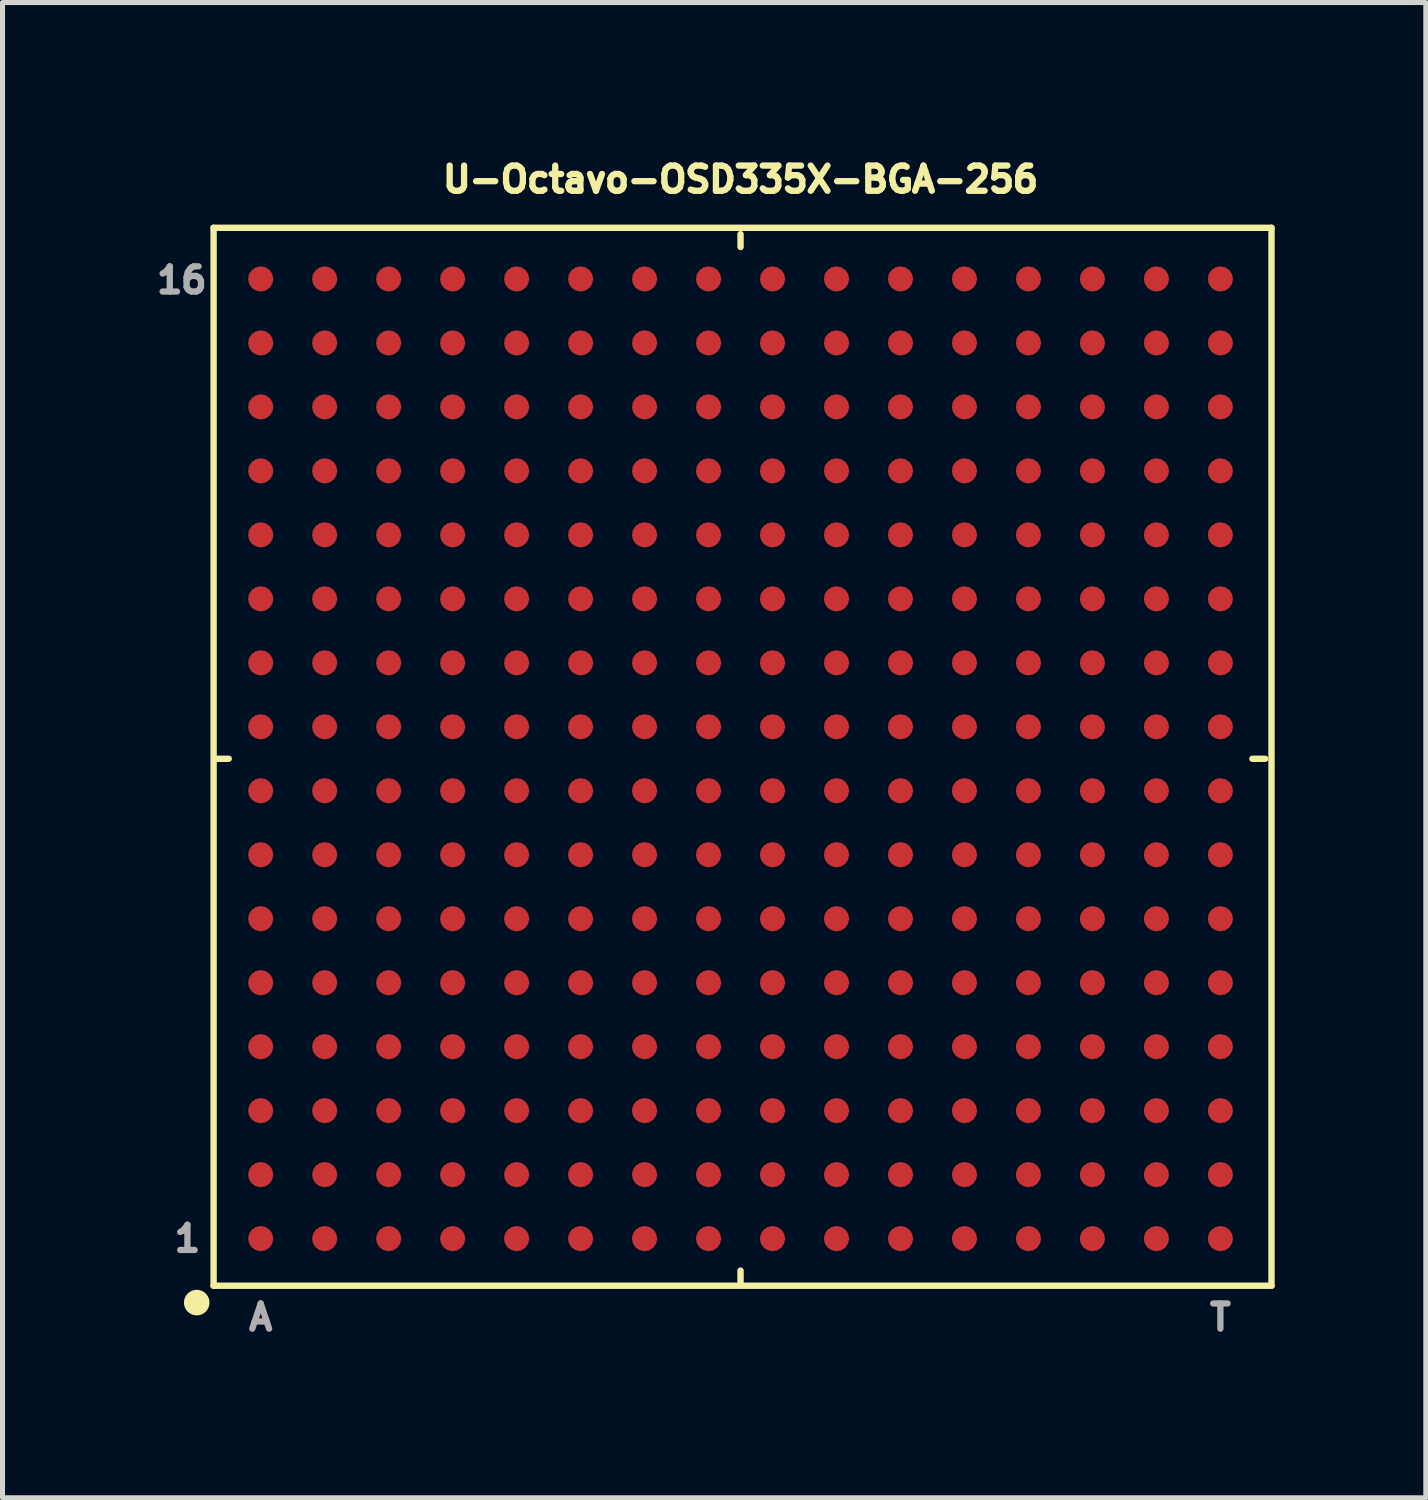
<source format=kicad_pcb>
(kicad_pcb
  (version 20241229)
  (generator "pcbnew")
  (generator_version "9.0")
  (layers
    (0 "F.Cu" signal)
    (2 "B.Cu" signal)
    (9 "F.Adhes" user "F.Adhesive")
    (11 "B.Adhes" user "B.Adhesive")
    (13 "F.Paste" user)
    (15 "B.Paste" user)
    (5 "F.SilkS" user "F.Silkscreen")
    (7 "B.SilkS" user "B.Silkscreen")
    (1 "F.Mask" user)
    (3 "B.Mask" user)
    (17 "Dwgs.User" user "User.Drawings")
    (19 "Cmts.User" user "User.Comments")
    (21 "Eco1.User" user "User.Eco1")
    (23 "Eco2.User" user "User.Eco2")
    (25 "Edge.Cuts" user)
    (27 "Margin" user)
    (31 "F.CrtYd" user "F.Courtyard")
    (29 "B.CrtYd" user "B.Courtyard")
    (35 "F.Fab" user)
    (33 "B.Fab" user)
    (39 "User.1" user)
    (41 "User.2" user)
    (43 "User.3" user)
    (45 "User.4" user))
  (footprint "U-Octavo-OSD335X-BGA-256"
    (layer "F.Cu")
    (at 11.65 12.012)
    (property "Reference" "U-Octavo-OSD335X-BGA-256" (at 0 -11.5 180) (layer "F.SilkS") (effects (font (size 0.5 0.5) (thickness 0.125) (bold yes))))
    (fp_line (start -10.46 -10.54) (end -10.46 10.46) (stroke (width 0.127) (type solid)) (layer "F.SilkS"))
    (fp_line (start -10.46 10.46) (end 10.54 10.46) (stroke (width 0.127) (type solid)) (layer "F.SilkS"))
    (fp_line (start -10.414 0) (end -10.16 0) (stroke (width 0.127) (type solid)) (layer "F.SilkS"))
    (fp_line (start 0 -10.414) (end 0 -10.16) (stroke (width 0.127) (type solid)) (layer "F.SilkS"))
    (fp_line (start 0 10.414) (end 0 10.16) (stroke (width 0.127) (type solid)) (layer "F.SilkS"))
    (fp_line (start 10.414 0) (end 10.16 0) (stroke (width 0.127) (type solid)) (layer "F.SilkS"))
    (fp_line (start 10.54 -10.54) (end -10.46 -10.54) (stroke (width 0.127) (type solid)) (layer "F.SilkS"))
    (fp_line (start 10.54 10.46) (end 10.54 -10.54) (stroke (width 0.127) (type solid)) (layer "F.SilkS"))
    (fp_circle (center -10.795 10.795) (end -10.668 10.795) (stroke (width 0.254) (type solid)) (fill no) (layer "F.SilkS"))
    (fp_text user "1" (at -11.3 9.525 180) (layer "F.Fab") (effects (font (size 0.5 0.5) (thickness 0.125) (bold yes)) (justify left)))
    (fp_text user "16" (at -11.65 -9.5 180) (layer "F.Fab") (effects (font (size 0.5 0.5) (thickness 0.125) (bold yes)) (justify left)))
    (fp_text user "A" (at -9.525 10.795 180) (layer "F.Fab") (effects (font (size 0.5 0.5) (thickness 0.125) (bold yes)) (justify top)))
    (fp_text user "T" (at 9.525 10.795 180) (layer "F.Fab") (effects (font (size 0.5 0.5) (thickness 0.125) (bold yes)) (justify top)))
    (pad "A1" smd roundrect (at -9.525 9.525) (size 0.5 0.5) (layers "F.Cu" "F.Mask" "F.Paste") (roundrect_rratio 0.5))
    (pad "A2" smd roundrect (at -9.525 8.255) (size 0.5 0.5) (layers "F.Cu" "F.Mask" "F.Paste") (roundrect_rratio 0.5))
    (pad "A3" smd roundrect (at -9.525 6.985) (size 0.5 0.5) (layers "F.Cu" "F.Mask" "F.Paste") (roundrect_rratio 0.5))
    (pad "A4" smd roundrect (at -9.525 5.715) (size 0.5 0.5) (layers "F.Cu" "F.Mask" "F.Paste") (roundrect_rratio 0.5))
    (pad "A5" smd roundrect (at -9.525 4.445) (size 0.5 0.5) (layers "F.Cu" "F.Mask" "F.Paste") (roundrect_rratio 0.5))
    (pad "A6" smd roundrect (at -9.525 3.175) (size 0.5 0.5) (layers "F.Cu" "F.Mask" "F.Paste") (roundrect_rratio 0.5))
    (pad "A7" smd roundrect (at -9.525 1.905) (size 0.5 0.5) (layers "F.Cu" "F.Mask" "F.Paste") (roundrect_rratio 0.5))
    (pad "A8" smd roundrect (at -9.525 0.635) (size 0.5 0.5) (layers "F.Cu" "F.Mask" "F.Paste") (roundrect_rratio 0.5))
    (pad "A9" smd roundrect (at -9.525 -0.635) (size 0.5 0.5) (layers "F.Cu" "F.Mask" "F.Paste") (roundrect_rratio 0.5))
    (pad "A10" smd roundrect (at -9.525 -1.905) (size 0.5 0.5) (layers "F.Cu" "F.Mask" "F.Paste") (roundrect_rratio 0.5))
    (pad "A11" smd roundrect (at -9.525 -3.175) (size 0.5 0.5) (layers "F.Cu" "F.Mask" "F.Paste") (roundrect_rratio 0.5))
    (pad "A12" smd roundrect (at -9.525 -4.445) (size 0.5 0.5) (layers "F.Cu" "F.Mask" "F.Paste") (roundrect_rratio 0.5))
    (pad "A13" smd roundrect (at -9.525 -5.715) (size 0.5 0.5) (layers "F.Cu" "F.Mask" "F.Paste") (roundrect_rratio 0.5))
    (pad "A14" smd roundrect (at -9.525 -6.985) (size 0.5 0.5) (layers "F.Cu" "F.Mask" "F.Paste") (roundrect_rratio 0.5))
    (pad "A15" smd roundrect (at -9.525 -8.255) (size 0.5 0.5) (layers "F.Cu" "F.Mask" "F.Paste") (roundrect_rratio 0.5))
    (pad "A16" smd roundrect (at -9.525 -9.525) (size 0.5 0.5) (layers "F.Cu" "F.Mask" "F.Paste") (roundrect_rratio 0.5))
    (pad "B1" smd roundrect (at -8.255 9.525) (size 0.5 0.5) (layers "F.Cu" "F.Mask" "F.Paste") (roundrect_rratio 0.5))
    (pad "B2" smd roundrect (at -8.255 8.255) (size 0.5 0.5) (layers "F.Cu" "F.Mask" "F.Paste") (roundrect_rratio 0.5))
    (pad "B3" smd roundrect (at -8.255 6.985) (size 0.5 0.5) (layers "F.Cu" "F.Mask" "F.Paste") (roundrect_rratio 0.5))
    (pad "B4" smd roundrect (at -8.255 5.715) (size 0.5 0.5) (layers "F.Cu" "F.Mask" "F.Paste") (roundrect_rratio 0.5))
    (pad "B5" smd roundrect (at -8.255 4.445) (size 0.5 0.5) (layers "F.Cu" "F.Mask" "F.Paste") (roundrect_rratio 0.5))
    (pad "B6" smd roundrect (at -8.255 3.175) (size 0.5 0.5) (layers "F.Cu" "F.Mask" "F.Paste") (roundrect_rratio 0.5))
    (pad "B7" smd roundrect (at -8.255 1.905) (size 0.5 0.5) (layers "F.Cu" "F.Mask" "F.Paste") (roundrect_rratio 0.5))
    (pad "B8" smd roundrect (at -8.255 0.635) (size 0.5 0.5) (layers "F.Cu" "F.Mask" "F.Paste") (roundrect_rratio 0.5))
    (pad "B9" smd roundrect (at -8.255 -0.635) (size 0.5 0.5) (layers "F.Cu" "F.Mask" "F.Paste") (roundrect_rratio 0.5))
    (pad "B10" smd roundrect (at -8.255 -1.905) (size 0.5 0.5) (layers "F.Cu" "F.Mask" "F.Paste") (roundrect_rratio 0.5))
    (pad "B11" smd roundrect (at -8.255 -3.175) (size 0.5 0.5) (layers "F.Cu" "F.Mask" "F.Paste") (roundrect_rratio 0.5))
    (pad "B12" smd roundrect (at -8.255 -4.445) (size 0.5 0.5) (layers "F.Cu" "F.Mask" "F.Paste") (roundrect_rratio 0.5))
    (pad "B13" smd roundrect (at -8.255 -5.715) (size 0.5 0.5) (layers "F.Cu" "F.Mask" "F.Paste") (roundrect_rratio 0.5))
    (pad "B14" smd roundrect (at -8.255 -6.985) (size 0.5 0.5) (layers "F.Cu" "F.Mask" "F.Paste") (roundrect_rratio 0.5))
    (pad "B15" smd roundrect (at -8.255 -8.255) (size 0.5 0.5) (layers "F.Cu" "F.Mask" "F.Paste") (roundrect_rratio 0.5))
    (pad "B16" smd roundrect (at -8.255 -9.525) (size 0.5 0.5) (layers "F.Cu" "F.Mask" "F.Paste") (roundrect_rratio 0.5))
    (pad "C1" smd roundrect (at -6.985 9.525) (size 0.5 0.5) (layers "F.Cu" "F.Mask" "F.Paste") (roundrect_rratio 0.5))
    (pad "C2" smd roundrect (at -6.985 8.255) (size 0.5 0.5) (layers "F.Cu" "F.Mask" "F.Paste") (roundrect_rratio 0.5))
    (pad "C3" smd roundrect (at -6.985 6.985) (size 0.5 0.5) (layers "F.Cu" "F.Mask" "F.Paste") (roundrect_rratio 0.5))
    (pad "C4" smd roundrect (at -6.985 5.715) (size 0.5 0.5) (layers "F.Cu" "F.Mask" "F.Paste") (roundrect_rratio 0.5))
    (pad "C5" smd roundrect (at -6.985 4.445) (size 0.5 0.5) (layers "F.Cu" "F.Mask" "F.Paste") (roundrect_rratio 0.5))
    (pad "C6" smd roundrect (at -6.985 3.175) (size 0.5 0.5) (layers "F.Cu" "F.Mask" "F.Paste") (roundrect_rratio 0.5))
    (pad "C7" smd roundrect (at -6.985 1.905) (size 0.5 0.5) (layers "F.Cu" "F.Mask" "F.Paste") (roundrect_rratio 0.5))
    (pad "C8" smd roundrect (at -6.985 0.635) (size 0.5 0.5) (layers "F.Cu" "F.Mask" "F.Paste") (roundrect_rratio 0.5))
    (pad "C9" smd roundrect (at -6.985 -0.635) (size 0.5 0.5) (layers "F.Cu" "F.Mask" "F.Paste") (roundrect_rratio 0.5))
    (pad "C10" smd roundrect (at -6.985 -1.905) (size 0.5 0.5) (layers "F.Cu" "F.Mask" "F.Paste") (roundrect_rratio 0.5))
    (pad "C11" smd roundrect (at -6.985 -3.175) (size 0.5 0.5) (layers "F.Cu" "F.Mask" "F.Paste") (roundrect_rratio 0.5))
    (pad "C12" smd roundrect (at -6.985 -4.445) (size 0.5 0.5) (layers "F.Cu" "F.Mask" "F.Paste") (roundrect_rratio 0.5))
    (pad "C13" smd roundrect (at -6.985 -5.715) (size 0.5 0.5) (layers "F.Cu" "F.Mask" "F.Paste") (roundrect_rratio 0.5))
    (pad "C14" smd roundrect (at -6.985 -6.985) (size 0.5 0.5) (layers "F.Cu" "F.Mask" "F.Paste") (roundrect_rratio 0.5))
    (pad "C15" smd roundrect (at -6.985 -8.255) (size 0.5 0.5) (layers "F.Cu" "F.Mask" "F.Paste") (roundrect_rratio 0.5))
    (pad "C16" smd roundrect (at -6.985 -9.525) (size 0.5 0.5) (layers "F.Cu" "F.Mask" "F.Paste") (roundrect_rratio 0.5))
    (pad "D1" smd roundrect (at -5.715 9.525) (size 0.5 0.5) (layers "F.Cu" "F.Mask" "F.Paste") (roundrect_rratio 0.5))
    (pad "D2" smd roundrect (at -5.715 8.255) (size 0.5 0.5) (layers "F.Cu" "F.Mask" "F.Paste") (roundrect_rratio 0.5))
    (pad "D3" smd roundrect (at -5.715 6.985) (size 0.5 0.5) (layers "F.Cu" "F.Mask" "F.Paste") (roundrect_rratio 0.5))
    (pad "D4" smd roundrect (at -5.715 5.715) (size 0.5 0.5) (layers "F.Cu" "F.Mask" "F.Paste") (roundrect_rratio 0.5))
    (pad "D5" smd roundrect (at -5.715 4.445) (size 0.5 0.5) (layers "F.Cu" "F.Mask" "F.Paste") (roundrect_rratio 0.5))
    (pad "D6" smd roundrect (at -5.715 3.175) (size 0.5 0.5) (layers "F.Cu" "F.Mask" "F.Paste") (roundrect_rratio 0.5))
    (pad "D7" smd roundrect (at -5.715 1.905) (size 0.5 0.5) (layers "F.Cu" "F.Mask" "F.Paste") (roundrect_rratio 0.5))
    (pad "D8" smd roundrect (at -5.715 0.635) (size 0.5 0.5) (layers "F.Cu" "F.Mask" "F.Paste") (roundrect_rratio 0.5))
    (pad "D9" smd roundrect (at -5.715 -0.635) (size 0.5 0.5) (layers "F.Cu" "F.Mask" "F.Paste") (roundrect_rratio 0.5))
    (pad "D10" smd roundrect (at -5.715 -1.905) (size 0.5 0.5) (layers "F.Cu" "F.Mask" "F.Paste") (roundrect_rratio 0.5))
    (pad "D11" smd roundrect (at -5.715 -3.175) (size 0.5 0.5) (layers "F.Cu" "F.Mask" "F.Paste") (roundrect_rratio 0.5))
    (pad "D12" smd roundrect (at -5.715 -4.445) (size 0.5 0.5) (layers "F.Cu" "F.Mask" "F.Paste") (roundrect_rratio 0.5))
    (pad "D13" smd roundrect (at -5.715 -5.715) (size 0.5 0.5) (layers "F.Cu" "F.Mask" "F.Paste") (roundrect_rratio 0.5))
    (pad "D14" smd roundrect (at -5.715 -6.985) (size 0.5 0.5) (layers "F.Cu" "F.Mask" "F.Paste") (roundrect_rratio 0.5))
    (pad "D15" smd roundrect (at -5.715 -8.255) (size 0.5 0.5) (layers "F.Cu" "F.Mask" "F.Paste") (roundrect_rratio 0.5))
    (pad "D16" smd roundrect (at -5.715 -9.525) (size 0.5 0.5) (layers "F.Cu" "F.Mask" "F.Paste") (roundrect_rratio 0.5))
    (pad "E1" smd roundrect (at -4.445 9.525) (size 0.5 0.5) (layers "F.Cu" "F.Mask" "F.Paste") (roundrect_rratio 0.5))
    (pad "E2" smd roundrect (at -4.445 8.255) (size 0.5 0.5) (layers "F.Cu" "F.Mask" "F.Paste") (roundrect_rratio 0.5))
    (pad "E3" smd roundrect (at -4.445 6.985) (size 0.5 0.5) (layers "F.Cu" "F.Mask" "F.Paste") (roundrect_rratio 0.5))
    (pad "E4" smd roundrect (at -4.445 5.715) (size 0.5 0.5) (layers "F.Cu" "F.Mask" "F.Paste") (roundrect_rratio 0.5))
    (pad "E5" smd roundrect (at -4.445 4.445) (size 0.5 0.5) (layers "F.Cu" "F.Mask" "F.Paste") (roundrect_rratio 0.5))
    (pad "E6" smd roundrect (at -4.445 3.175) (size 0.5 0.5) (layers "F.Cu" "F.Mask" "F.Paste") (roundrect_rratio 0.5))
    (pad "E7" smd roundrect (at -4.445 1.905) (size 0.5 0.5) (layers "F.Cu" "F.Mask" "F.Paste") (roundrect_rratio 0.5))
    (pad "E8" smd roundrect (at -4.445 0.635) (size 0.5 0.5) (layers "F.Cu" "F.Mask" "F.Paste") (roundrect_rratio 0.5))
    (pad "E9" smd roundrect (at -4.445 -0.635) (size 0.5 0.5) (layers "F.Cu" "F.Mask" "F.Paste") (roundrect_rratio 0.5))
    (pad "E10" smd roundrect (at -4.445 -1.905) (size 0.5 0.5) (layers "F.Cu" "F.Mask" "F.Paste") (roundrect_rratio 0.5))
    (pad "E11" smd roundrect (at -4.445 -3.175) (size 0.5 0.5) (layers "F.Cu" "F.Mask" "F.Paste") (roundrect_rratio 0.5))
    (pad "E12" smd roundrect (at -4.445 -4.445) (size 0.5 0.5) (layers "F.Cu" "F.Mask" "F.Paste") (roundrect_rratio 0.5))
    (pad "E13" smd roundrect (at -4.445 -5.715) (size 0.5 0.5) (layers "F.Cu" "F.Mask" "F.Paste") (roundrect_rratio 0.5))
    (pad "E14" smd roundrect (at -4.445 -6.985) (size 0.5 0.5) (layers "F.Cu" "F.Mask" "F.Paste") (roundrect_rratio 0.5))
    (pad "E15" smd roundrect (at -4.445 -8.255) (size 0.5 0.5) (layers "F.Cu" "F.Mask" "F.Paste") (roundrect_rratio 0.5))
    (pad "E16" smd roundrect (at -4.445 -9.525) (size 0.5 0.5) (layers "F.Cu" "F.Mask" "F.Paste") (roundrect_rratio 0.5))
    (pad "F1" smd roundrect (at -3.175 9.525) (size 0.5 0.5) (layers "F.Cu" "F.Mask" "F.Paste") (roundrect_rratio 0.5))
    (pad "F2" smd roundrect (at -3.175 8.255) (size 0.5 0.5) (layers "F.Cu" "F.Mask" "F.Paste") (roundrect_rratio 0.5))
    (pad "F3" smd roundrect (at -3.175 6.985) (size 0.5 0.5) (layers "F.Cu" "F.Mask" "F.Paste") (roundrect_rratio 0.5))
    (pad "F4" smd roundrect (at -3.175 5.715) (size 0.5 0.5) (layers "F.Cu" "F.Mask" "F.Paste") (roundrect_rratio 0.5))
    (pad "F5" smd roundrect (at -3.175 4.445) (size 0.5 0.5) (layers "F.Cu" "F.Mask" "F.Paste") (roundrect_rratio 0.5))
    (pad "F6" smd roundrect (at -3.175 3.175) (size 0.5 0.5) (layers "F.Cu" "F.Mask" "F.Paste") (roundrect_rratio 0.5))
    (pad "F7" smd roundrect (at -3.175 1.905) (size 0.5 0.5) (layers "F.Cu" "F.Mask" "F.Paste") (roundrect_rratio 0.5))
    (pad "F8" smd roundrect (at -3.175 0.635) (size 0.5 0.5) (layers "F.Cu" "F.Mask" "F.Paste") (roundrect_rratio 0.5))
    (pad "F9" smd roundrect (at -3.175 -0.635) (size 0.5 0.5) (layers "F.Cu" "F.Mask" "F.Paste") (roundrect_rratio 0.5))
    (pad "F10" smd roundrect (at -3.175 -1.905) (size 0.5 0.5) (layers "F.Cu" "F.Mask" "F.Paste") (roundrect_rratio 0.5))
    (pad "F11" smd roundrect (at -3.175 -3.175) (size 0.5 0.5) (layers "F.Cu" "F.Mask" "F.Paste") (roundrect_rratio 0.5))
    (pad "F12" smd roundrect (at -3.175 -4.445) (size 0.5 0.5) (layers "F.Cu" "F.Mask" "F.Paste") (roundrect_rratio 0.5))
    (pad "F13" smd roundrect (at -3.175 -5.715) (size 0.5 0.5) (layers "F.Cu" "F.Mask" "F.Paste") (roundrect_rratio 0.5))
    (pad "F14" smd roundrect (at -3.175 -6.985) (size 0.5 0.5) (layers "F.Cu" "F.Mask" "F.Paste") (roundrect_rratio 0.5))
    (pad "F15" smd roundrect (at -3.175 -8.255) (size 0.5 0.5) (layers "F.Cu" "F.Mask" "F.Paste") (roundrect_rratio 0.5))
    (pad "F16" smd roundrect (at -3.175 -9.525) (size 0.5 0.5) (layers "F.Cu" "F.Mask" "F.Paste") (roundrect_rratio 0.5))
    (pad "G1" smd roundrect (at -1.905 9.525) (size 0.5 0.5) (layers "F.Cu" "F.Mask" "F.Paste") (roundrect_rratio 0.5))
    (pad "G2" smd roundrect (at -1.905 8.255) (size 0.5 0.5) (layers "F.Cu" "F.Mask" "F.Paste") (roundrect_rratio 0.5))
    (pad "G3" smd roundrect (at -1.905 6.985) (size 0.5 0.5) (layers "F.Cu" "F.Mask" "F.Paste") (roundrect_rratio 0.5))
    (pad "G4" smd roundrect (at -1.905 5.715) (size 0.5 0.5) (layers "F.Cu" "F.Mask" "F.Paste") (roundrect_rratio 0.5))
    (pad "G5" smd roundrect (at -1.905 4.445) (size 0.5 0.5) (layers "F.Cu" "F.Mask" "F.Paste") (roundrect_rratio 0.5))
    (pad "G6" smd roundrect (at -1.905 3.175) (size 0.5 0.5) (layers "F.Cu" "F.Mask" "F.Paste") (roundrect_rratio 0.5))
    (pad "G7" smd roundrect (at -1.905 1.905) (size 0.5 0.5) (layers "F.Cu" "F.Mask" "F.Paste") (roundrect_rratio 0.5))
    (pad "G8" smd roundrect (at -1.905 0.635) (size 0.5 0.5) (layers "F.Cu" "F.Mask" "F.Paste") (roundrect_rratio 0.5))
    (pad "G9" smd roundrect (at -1.905 -0.635) (size 0.5 0.5) (layers "F.Cu" "F.Mask" "F.Paste") (roundrect_rratio 0.5))
    (pad "G10" smd roundrect (at -1.905 -1.905) (size 0.5 0.5) (layers "F.Cu" "F.Mask" "F.Paste") (roundrect_rratio 0.5))
    (pad "G11" smd roundrect (at -1.905 -3.175) (size 0.5 0.5) (layers "F.Cu" "F.Mask" "F.Paste") (roundrect_rratio 0.5))
    (pad "G12" smd roundrect (at -1.905 -4.445) (size 0.5 0.5) (layers "F.Cu" "F.Mask" "F.Paste") (roundrect_rratio 0.5))
    (pad "G13" smd roundrect (at -1.905 -5.715) (size 0.5 0.5) (layers "F.Cu" "F.Mask" "F.Paste") (roundrect_rratio 0.5))
    (pad "G14" smd roundrect (at -1.905 -6.985) (size 0.5 0.5) (layers "F.Cu" "F.Mask" "F.Paste") (roundrect_rratio 0.5))
    (pad "G15" smd roundrect (at -1.905 -8.255) (size 0.5 0.5) (layers "F.Cu" "F.Mask" "F.Paste") (roundrect_rratio 0.5))
    (pad "G16" smd roundrect (at -1.905 -9.525) (size 0.5 0.5) (layers "F.Cu" "F.Mask" "F.Paste") (roundrect_rratio 0.5))
    (pad "H1" smd roundrect (at -0.635 9.525) (size 0.5 0.5) (layers "F.Cu" "F.Mask" "F.Paste") (roundrect_rratio 0.5))
    (pad "H2" smd roundrect (at -0.635 8.255) (size 0.5 0.5) (layers "F.Cu" "F.Mask" "F.Paste") (roundrect_rratio 0.5))
    (pad "H3" smd roundrect (at -0.635 6.985) (size 0.5 0.5) (layers "F.Cu" "F.Mask" "F.Paste") (roundrect_rratio 0.5))
    (pad "H4" smd roundrect (at -0.635 5.715) (size 0.5 0.5) (layers "F.Cu" "F.Mask" "F.Paste") (roundrect_rratio 0.5))
    (pad "H5" smd roundrect (at -0.635 4.445) (size 0.5 0.5) (layers "F.Cu" "F.Mask" "F.Paste") (roundrect_rratio 0.5))
    (pad "H6" smd roundrect (at -0.635 3.175) (size 0.5 0.5) (layers "F.Cu" "F.Mask" "F.Paste") (roundrect_rratio 0.5))
    (pad "H7" smd roundrect (at -0.635 1.905) (size 0.5 0.5) (layers "F.Cu" "F.Mask" "F.Paste") (roundrect_rratio 0.5))
    (pad "H8" smd roundrect (at -0.635 0.635) (size 0.5 0.5) (layers "F.Cu" "F.Mask" "F.Paste") (roundrect_rratio 0.5))
    (pad "H9" smd roundrect (at -0.635 -0.635) (size 0.5 0.5) (layers "F.Cu" "F.Mask" "F.Paste") (roundrect_rratio 0.5))
    (pad "H10" smd roundrect (at -0.635 -1.905) (size 0.5 0.5) (layers "F.Cu" "F.Mask" "F.Paste") (roundrect_rratio 0.5))
    (pad "H11" smd roundrect (at -0.635 -3.175) (size 0.5 0.5) (layers "F.Cu" "F.Mask" "F.Paste") (roundrect_rratio 0.5))
    (pad "H12" smd roundrect (at -0.635 -4.445) (size 0.5 0.5) (layers "F.Cu" "F.Mask" "F.Paste") (roundrect_rratio 0.5))
    (pad "H13" smd roundrect (at -0.635 -5.715) (size 0.5 0.5) (layers "F.Cu" "F.Mask" "F.Paste") (roundrect_rratio 0.5))
    (pad "H14" smd roundrect (at -0.635 -6.985) (size 0.5 0.5) (layers "F.Cu" "F.Mask" "F.Paste") (roundrect_rratio 0.5))
    (pad "H15" smd roundrect (at -0.635 -8.255) (size 0.5 0.5) (layers "F.Cu" "F.Mask" "F.Paste") (roundrect_rratio 0.5))
    (pad "H16" smd roundrect (at -0.635 -9.525) (size 0.5 0.5) (layers "F.Cu" "F.Mask" "F.Paste") (roundrect_rratio 0.5))
    (pad "J1" smd roundrect (at 0.635 9.525) (size 0.5 0.5) (layers "F.Cu" "F.Mask" "F.Paste") (roundrect_rratio 0.5))
    (pad "J2" smd roundrect (at 0.635 8.255) (size 0.5 0.5) (layers "F.Cu" "F.Mask" "F.Paste") (roundrect_rratio 0.5))
    (pad "J3" smd roundrect (at 0.635 6.985) (size 0.5 0.5) (layers "F.Cu" "F.Mask" "F.Paste") (roundrect_rratio 0.5))
    (pad "J4" smd roundrect (at 0.635 5.715) (size 0.5 0.5) (layers "F.Cu" "F.Mask" "F.Paste") (roundrect_rratio 0.5))
    (pad "J5" smd roundrect (at 0.635 4.445) (size 0.5 0.5) (layers "F.Cu" "F.Mask" "F.Paste") (roundrect_rratio 0.5))
    (pad "J6" smd roundrect (at 0.635 3.175) (size 0.5 0.5) (layers "F.Cu" "F.Mask" "F.Paste") (roundrect_rratio 0.5))
    (pad "J7" smd roundrect (at 0.635 1.905) (size 0.5 0.5) (layers "F.Cu" "F.Mask" "F.Paste") (roundrect_rratio 0.5))
    (pad "J8" smd roundrect (at 0.635 0.635) (size 0.5 0.5) (layers "F.Cu" "F.Mask" "F.Paste") (roundrect_rratio 0.5))
    (pad "J9" smd roundrect (at 0.635 -0.635) (size 0.5 0.5) (layers "F.Cu" "F.Mask" "F.Paste") (roundrect_rratio 0.5))
    (pad "J10" smd roundrect (at 0.635 -1.905) (size 0.5 0.5) (layers "F.Cu" "F.Mask" "F.Paste") (roundrect_rratio 0.5))
    (pad "J11" smd roundrect (at 0.635 -3.175) (size 0.5 0.5) (layers "F.Cu" "F.Mask" "F.Paste") (roundrect_rratio 0.5))
    (pad "J12" smd roundrect (at 0.635 -4.445) (size 0.5 0.5) (layers "F.Cu" "F.Mask" "F.Paste") (roundrect_rratio 0.5))
    (pad "J13" smd roundrect (at 0.635 -5.715) (size 0.5 0.5) (layers "F.Cu" "F.Mask" "F.Paste") (roundrect_rratio 0.5))
    (pad "J14" smd roundrect (at 0.635 -6.985) (size 0.5 0.5) (layers "F.Cu" "F.Mask" "F.Paste") (roundrect_rratio 0.5))
    (pad "J15" smd roundrect (at 0.635 -8.255) (size 0.5 0.5) (layers "F.Cu" "F.Mask" "F.Paste") (roundrect_rratio 0.5))
    (pad "J16" smd roundrect (at 0.635 -9.525) (size 0.5 0.5) (layers "F.Cu" "F.Mask" "F.Paste") (roundrect_rratio 0.5))
    (pad "K1" smd roundrect (at 1.905 9.525) (size 0.5 0.5) (layers "F.Cu" "F.Mask" "F.Paste") (roundrect_rratio 0.5))
    (pad "K2" smd roundrect (at 1.905 8.255) (size 0.5 0.5) (layers "F.Cu" "F.Mask" "F.Paste") (roundrect_rratio 0.5))
    (pad "K3" smd roundrect (at 1.905 6.985) (size 0.5 0.5) (layers "F.Cu" "F.Mask" "F.Paste") (roundrect_rratio 0.5))
    (pad "K4" smd roundrect (at 1.905 5.715) (size 0.5 0.5) (layers "F.Cu" "F.Mask" "F.Paste") (roundrect_rratio 0.5))
    (pad "K5" smd roundrect (at 1.905 4.445) (size 0.5 0.5) (layers "F.Cu" "F.Mask" "F.Paste") (roundrect_rratio 0.5))
    (pad "K6" smd roundrect (at 1.905 3.175) (size 0.5 0.5) (layers "F.Cu" "F.Mask" "F.Paste") (roundrect_rratio 0.5))
    (pad "K7" smd roundrect (at 1.905 1.905) (size 0.5 0.5) (layers "F.Cu" "F.Mask" "F.Paste") (roundrect_rratio 0.5))
    (pad "K8" smd roundrect (at 1.905 0.635) (size 0.5 0.5) (layers "F.Cu" "F.Mask" "F.Paste") (roundrect_rratio 0.5))
    (pad "K9" smd roundrect (at 1.905 -0.635) (size 0.5 0.5) (layers "F.Cu" "F.Mask" "F.Paste") (roundrect_rratio 0.5))
    (pad "K10" smd roundrect (at 1.905 -1.905) (size 0.5 0.5) (layers "F.Cu" "F.Mask" "F.Paste") (roundrect_rratio 0.5))
    (pad "K11" smd roundrect (at 1.905 -3.175) (size 0.5 0.5) (layers "F.Cu" "F.Mask" "F.Paste") (roundrect_rratio 0.5))
    (pad "K12" smd roundrect (at 1.905 -4.445) (size 0.5 0.5) (layers "F.Cu" "F.Mask" "F.Paste") (roundrect_rratio 0.5))
    (pad "K13" smd roundrect (at 1.905 -5.715) (size 0.5 0.5) (layers "F.Cu" "F.Mask" "F.Paste") (roundrect_rratio 0.5))
    (pad "K14" smd roundrect (at 1.905 -6.985) (size 0.5 0.5) (layers "F.Cu" "F.Mask" "F.Paste") (roundrect_rratio 0.5))
    (pad "K15" smd roundrect (at 1.905 -8.255) (size 0.5 0.5) (layers "F.Cu" "F.Mask" "F.Paste") (roundrect_rratio 0.5))
    (pad "K16" smd roundrect (at 1.905 -9.525) (size 0.5 0.5) (layers "F.Cu" "F.Mask" "F.Paste") (roundrect_rratio 0.5))
    (pad "L1" smd roundrect (at 3.175 9.525) (size 0.5 0.5) (layers "F.Cu" "F.Mask" "F.Paste") (roundrect_rratio 0.5))
    (pad "L2" smd roundrect (at 3.175 8.255) (size 0.5 0.5) (layers "F.Cu" "F.Mask" "F.Paste") (roundrect_rratio 0.5))
    (pad "L3" smd roundrect (at 3.175 6.985) (size 0.5 0.5) (layers "F.Cu" "F.Mask" "F.Paste") (roundrect_rratio 0.5))
    (pad "L4" smd roundrect (at 3.175 5.715) (size 0.5 0.5) (layers "F.Cu" "F.Mask" "F.Paste") (roundrect_rratio 0.5))
    (pad "L5" smd roundrect (at 3.175 4.445) (size 0.5 0.5) (layers "F.Cu" "F.Mask" "F.Paste") (roundrect_rratio 0.5))
    (pad "L6" smd roundrect (at 3.175 3.175) (size 0.5 0.5) (layers "F.Cu" "F.Mask" "F.Paste") (roundrect_rratio 0.5))
    (pad "L7" smd roundrect (at 3.175 1.905) (size 0.5 0.5) (layers "F.Cu" "F.Mask" "F.Paste") (roundrect_rratio 0.5))
    (pad "L8" smd roundrect (at 3.175 0.635) (size 0.5 0.5) (layers "F.Cu" "F.Mask" "F.Paste") (roundrect_rratio 0.5))
    (pad "L9" smd roundrect (at 3.175 -0.635) (size 0.5 0.5) (layers "F.Cu" "F.Mask" "F.Paste") (roundrect_rratio 0.5))
    (pad "L10" smd roundrect (at 3.175 -1.905) (size 0.5 0.5) (layers "F.Cu" "F.Mask" "F.Paste") (roundrect_rratio 0.5))
    (pad "L11" smd roundrect (at 3.175 -3.175) (size 0.5 0.5) (layers "F.Cu" "F.Mask" "F.Paste") (roundrect_rratio 0.5))
    (pad "L12" smd roundrect (at 3.175 -4.445) (size 0.5 0.5) (layers "F.Cu" "F.Mask" "F.Paste") (roundrect_rratio 0.5))
    (pad "L13" smd roundrect (at 3.175 -5.715) (size 0.5 0.5) (layers "F.Cu" "F.Mask" "F.Paste") (roundrect_rratio 0.5))
    (pad "L14" smd roundrect (at 3.175 -6.985) (size 0.5 0.5) (layers "F.Cu" "F.Mask" "F.Paste") (roundrect_rratio 0.5))
    (pad "L15" smd roundrect (at 3.175 -8.255) (size 0.5 0.5) (layers "F.Cu" "F.Mask" "F.Paste") (roundrect_rratio 0.5))
    (pad "L16" smd roundrect (at 3.175 -9.525) (size 0.5 0.5) (layers "F.Cu" "F.Mask" "F.Paste") (roundrect_rratio 0.5))
    (pad "M1" smd roundrect (at 4.445 9.525) (size 0.5 0.5) (layers "F.Cu" "F.Mask" "F.Paste") (roundrect_rratio 0.5))
    (pad "M2" smd roundrect (at 4.445 8.255) (size 0.5 0.5) (layers "F.Cu" "F.Mask" "F.Paste") (roundrect_rratio 0.5))
    (pad "M3" smd roundrect (at 4.445 6.985) (size 0.5 0.5) (layers "F.Cu" "F.Mask" "F.Paste") (roundrect_rratio 0.5))
    (pad "M4" smd roundrect (at 4.445 5.715) (size 0.5 0.5) (layers "F.Cu" "F.Mask" "F.Paste") (roundrect_rratio 0.5))
    (pad "M5" smd roundrect (at 4.445 4.445) (size 0.5 0.5) (layers "F.Cu" "F.Mask" "F.Paste") (roundrect_rratio 0.5))
    (pad "M6" smd roundrect (at 4.445 3.175) (size 0.5 0.5) (layers "F.Cu" "F.Mask" "F.Paste") (roundrect_rratio 0.5))
    (pad "M7" smd roundrect (at 4.445 1.905) (size 0.5 0.5) (layers "F.Cu" "F.Mask" "F.Paste") (roundrect_rratio 0.5))
    (pad "M8" smd roundrect (at 4.445 0.635) (size 0.5 0.5) (layers "F.Cu" "F.Mask" "F.Paste") (roundrect_rratio 0.5))
    (pad "M9" smd roundrect (at 4.445 -0.635) (size 0.5 0.5) (layers "F.Cu" "F.Mask" "F.Paste") (roundrect_rratio 0.5))
    (pad "M10" smd roundrect (at 4.445 -1.905) (size 0.5 0.5) (layers "F.Cu" "F.Mask" "F.Paste") (roundrect_rratio 0.5))
    (pad "M11" smd roundrect (at 4.445 -3.175) (size 0.5 0.5) (layers "F.Cu" "F.Mask" "F.Paste") (roundrect_rratio 0.5))
    (pad "M12" smd roundrect (at 4.445 -4.445) (size 0.5 0.5) (layers "F.Cu" "F.Mask" "F.Paste") (roundrect_rratio 0.5))
    (pad "M13" smd roundrect (at 4.445 -5.715) (size 0.5 0.5) (layers "F.Cu" "F.Mask" "F.Paste") (roundrect_rratio 0.5))
    (pad "M14" smd roundrect (at 4.445 -6.985) (size 0.5 0.5) (layers "F.Cu" "F.Mask" "F.Paste") (roundrect_rratio 0.5))
    (pad "M15" smd roundrect (at 4.445 -8.255) (size 0.5 0.5) (layers "F.Cu" "F.Mask" "F.Paste") (roundrect_rratio 0.5))
    (pad "M16" smd roundrect (at 4.445 -9.525) (size 0.5 0.5) (layers "F.Cu" "F.Mask" "F.Paste") (roundrect_rratio 0.5))
    (pad "N1" smd roundrect (at 5.715 9.525) (size 0.5 0.5) (layers "F.Cu" "F.Mask" "F.Paste") (roundrect_rratio 0.5))
    (pad "N2" smd roundrect (at 5.715 8.255) (size 0.5 0.5) (layers "F.Cu" "F.Mask" "F.Paste") (roundrect_rratio 0.5))
    (pad "N3" smd roundrect (at 5.715 6.985) (size 0.5 0.5) (layers "F.Cu" "F.Mask" "F.Paste") (roundrect_rratio 0.5))
    (pad "N4" smd roundrect (at 5.715 5.715) (size 0.5 0.5) (layers "F.Cu" "F.Mask" "F.Paste") (roundrect_rratio 0.5))
    (pad "N5" smd roundrect (at 5.715 4.445) (size 0.5 0.5) (layers "F.Cu" "F.Mask" "F.Paste") (roundrect_rratio 0.5))
    (pad "N6" smd roundrect (at 5.715 3.175) (size 0.5 0.5) (layers "F.Cu" "F.Mask" "F.Paste") (roundrect_rratio 0.5))
    (pad "N7" smd roundrect (at 5.715 1.905) (size 0.5 0.5) (layers "F.Cu" "F.Mask" "F.Paste") (roundrect_rratio 0.5))
    (pad "N8" smd roundrect (at 5.715 0.635) (size 0.5 0.5) (layers "F.Cu" "F.Mask" "F.Paste") (roundrect_rratio 0.5))
    (pad "N9" smd roundrect (at 5.715 -0.635) (size 0.5 0.5) (layers "F.Cu" "F.Mask" "F.Paste") (roundrect_rratio 0.5))
    (pad "N10" smd roundrect (at 5.715 -1.905) (size 0.5 0.5) (layers "F.Cu" "F.Mask" "F.Paste") (roundrect_rratio 0.5))
    (pad "N11" smd roundrect (at 5.715 -3.175) (size 0.5 0.5) (layers "F.Cu" "F.Mask" "F.Paste") (roundrect_rratio 0.5))
    (pad "N12" smd roundrect (at 5.715 -4.445) (size 0.5 0.5) (layers "F.Cu" "F.Mask" "F.Paste") (roundrect_rratio 0.5))
    (pad "N13" smd roundrect (at 5.715 -5.715) (size 0.5 0.5) (layers "F.Cu" "F.Mask" "F.Paste") (roundrect_rratio 0.5))
    (pad "N14" smd roundrect (at 5.715 -6.985) (size 0.5 0.5) (layers "F.Cu" "F.Mask" "F.Paste") (roundrect_rratio 0.5))
    (pad "N15" smd roundrect (at 5.715 -8.255) (size 0.5 0.5) (layers "F.Cu" "F.Mask" "F.Paste") (roundrect_rratio 0.5))
    (pad "N16" smd roundrect (at 5.715 -9.525) (size 0.5 0.5) (layers "F.Cu" "F.Mask" "F.Paste") (roundrect_rratio 0.5))
    (pad "P1" smd roundrect (at 6.985 9.525) (size 0.5 0.5) (layers "F.Cu" "F.Mask" "F.Paste") (roundrect_rratio 0.5))
    (pad "P2" smd roundrect (at 6.985 8.255) (size 0.5 0.5) (layers "F.Cu" "F.Mask" "F.Paste") (roundrect_rratio 0.5))
    (pad "P3" smd roundrect (at 6.985 6.985) (size 0.5 0.5) (layers "F.Cu" "F.Mask" "F.Paste") (roundrect_rratio 0.5))
    (pad "P4" smd roundrect (at 6.985 5.715) (size 0.5 0.5) (layers "F.Cu" "F.Mask" "F.Paste") (roundrect_rratio 0.5))
    (pad "P5" smd roundrect (at 6.985 4.445) (size 0.5 0.5) (layers "F.Cu" "F.Mask" "F.Paste") (roundrect_rratio 0.5))
    (pad "P6" smd roundrect (at 6.985 3.175) (size 0.5 0.5) (layers "F.Cu" "F.Mask" "F.Paste") (roundrect_rratio 0.5))
    (pad "P7" smd roundrect (at 6.985 1.905) (size 0.5 0.5) (layers "F.Cu" "F.Mask" "F.Paste") (roundrect_rratio 0.5))
    (pad "P8" smd roundrect (at 6.985 0.635) (size 0.5 0.5) (layers "F.Cu" "F.Mask" "F.Paste") (roundrect_rratio 0.5))
    (pad "P9" smd roundrect (at 6.985 -0.635) (size 0.5 0.5) (layers "F.Cu" "F.Mask" "F.Paste") (roundrect_rratio 0.5))
    (pad "P10" smd roundrect (at 6.985 -1.905) (size 0.5 0.5) (layers "F.Cu" "F.Mask" "F.Paste") (roundrect_rratio 0.5))
    (pad "P11" smd roundrect (at 6.985 -3.175) (size 0.5 0.5) (layers "F.Cu" "F.Mask" "F.Paste") (roundrect_rratio 0.5))
    (pad "P12" smd roundrect (at 6.985 -4.445) (size 0.5 0.5) (layers "F.Cu" "F.Mask" "F.Paste") (roundrect_rratio 0.5))
    (pad "P13" smd roundrect (at 6.985 -5.715) (size 0.5 0.5) (layers "F.Cu" "F.Mask" "F.Paste") (roundrect_rratio 0.5))
    (pad "P14" smd roundrect (at 6.985 -6.985) (size 0.5 0.5) (layers "F.Cu" "F.Mask" "F.Paste") (roundrect_rratio 0.5))
    (pad "P15" smd roundrect (at 6.985 -8.255) (size 0.5 0.5) (layers "F.Cu" "F.Mask" "F.Paste") (roundrect_rratio 0.5))
    (pad "P16" smd roundrect (at 6.985 -9.525) (size 0.5 0.5) (layers "F.Cu" "F.Mask" "F.Paste") (roundrect_rratio 0.5))
    (pad "R1" smd roundrect (at 8.255 9.525) (size 0.5 0.5) (layers "F.Cu" "F.Mask" "F.Paste") (roundrect_rratio 0.5))
    (pad "R2" smd roundrect (at 8.255 8.255) (size 0.5 0.5) (layers "F.Cu" "F.Mask" "F.Paste") (roundrect_rratio 0.5))
    (pad "R3" smd roundrect (at 8.255 6.985) (size 0.5 0.5) (layers "F.Cu" "F.Mask" "F.Paste") (roundrect_rratio 0.5))
    (pad "R4" smd roundrect (at 8.255 5.715) (size 0.5 0.5) (layers "F.Cu" "F.Mask" "F.Paste") (roundrect_rratio 0.5))
    (pad "R5" smd roundrect (at 8.255 4.445) (size 0.5 0.5) (layers "F.Cu" "F.Mask" "F.Paste") (roundrect_rratio 0.5))
    (pad "R6" smd roundrect (at 8.255 3.175) (size 0.5 0.5) (layers "F.Cu" "F.Mask" "F.Paste") (roundrect_rratio 0.5))
    (pad "R7" smd roundrect (at 8.255 1.905) (size 0.5 0.5) (layers "F.Cu" "F.Mask" "F.Paste") (roundrect_rratio 0.5))
    (pad "R8" smd roundrect (at 8.255 0.635) (size 0.5 0.5) (layers "F.Cu" "F.Mask" "F.Paste") (roundrect_rratio 0.5))
    (pad "R9" smd roundrect (at 8.255 -0.635) (size 0.5 0.5) (layers "F.Cu" "F.Mask" "F.Paste") (roundrect_rratio 0.5))
    (pad "R10" smd roundrect (at 8.255 -1.905) (size 0.5 0.5) (layers "F.Cu" "F.Mask" "F.Paste") (roundrect_rratio 0.5))
    (pad "R11" smd roundrect (at 8.255 -3.175) (size 0.5 0.5) (layers "F.Cu" "F.Mask" "F.Paste") (roundrect_rratio 0.5))
    (pad "R12" smd roundrect (at 8.255 -4.445) (size 0.5 0.5) (layers "F.Cu" "F.Mask" "F.Paste") (roundrect_rratio 0.5))
    (pad "R13" smd roundrect (at 8.255 -5.715) (size 0.5 0.5) (layers "F.Cu" "F.Mask" "F.Paste") (roundrect_rratio 0.5))
    (pad "R14" smd roundrect (at 8.255 -6.985) (size 0.5 0.5) (layers "F.Cu" "F.Mask" "F.Paste") (roundrect_rratio 0.5))
    (pad "R15" smd roundrect (at 8.255 -8.255) (size 0.5 0.5) (layers "F.Cu" "F.Mask" "F.Paste") (roundrect_rratio 0.5))
    (pad "R16" smd roundrect (at 8.255 -9.525) (size 0.5 0.5) (layers "F.Cu" "F.Mask" "F.Paste") (roundrect_rratio 0.5))
    (pad "T1" smd roundrect (at 9.525 9.525) (size 0.5 0.5) (layers "F.Cu" "F.Mask" "F.Paste") (roundrect_rratio 0.5))
    (pad "T2" smd roundrect (at 9.525 8.255) (size 0.5 0.5) (layers "F.Cu" "F.Mask" "F.Paste") (roundrect_rratio 0.5))
    (pad "T3" smd roundrect (at 9.525 6.985) (size 0.5 0.5) (layers "F.Cu" "F.Mask" "F.Paste") (roundrect_rratio 0.5))
    (pad "T4" smd roundrect (at 9.525 5.715) (size 0.5 0.5) (layers "F.Cu" "F.Mask" "F.Paste") (roundrect_rratio 0.5))
    (pad "T5" smd roundrect (at 9.525 4.445) (size 0.5 0.5) (layers "F.Cu" "F.Mask" "F.Paste") (roundrect_rratio 0.5))
    (pad "T6" smd roundrect (at 9.525 3.175) (size 0.5 0.5) (layers "F.Cu" "F.Mask" "F.Paste") (roundrect_rratio 0.5))
    (pad "T7" smd roundrect (at 9.525 1.905) (size 0.5 0.5) (layers "F.Cu" "F.Mask" "F.Paste") (roundrect_rratio 0.5))
    (pad "T8" smd roundrect (at 9.525 0.635) (size 0.5 0.5) (layers "F.Cu" "F.Mask" "F.Paste") (roundrect_rratio 0.5))
    (pad "T9" smd roundrect (at 9.525 -0.635) (size 0.5 0.5) (layers "F.Cu" "F.Mask" "F.Paste") (roundrect_rratio 0.5))
    (pad "T10" smd roundrect (at 9.525 -1.905) (size 0.5 0.5) (layers "F.Cu" "F.Mask" "F.Paste") (roundrect_rratio 0.5))
    (pad "T11" smd roundrect (at 9.525 -3.175) (size 0.5 0.5) (layers "F.Cu" "F.Mask" "F.Paste") (roundrect_rratio 0.5))
    (pad "T12" smd roundrect (at 9.525 -4.445) (size 0.5 0.5) (layers "F.Cu" "F.Mask" "F.Paste") (roundrect_rratio 0.5))
    (pad "T13" smd roundrect (at 9.525 -5.715) (size 0.5 0.5) (layers "F.Cu" "F.Mask" "F.Paste") (roundrect_rratio 0.5))
    (pad "T14" smd roundrect (at 9.525 -6.985) (size 0.5 0.5) (layers "F.Cu" "F.Mask" "F.Paste") (roundrect_rratio 0.5))
    (pad "T15" smd roundrect (at 9.525 -8.255) (size 0.5 0.5) (layers "F.Cu" "F.Mask" "F.Paste") (roundrect_rratio 0.5))
    (pad "T16" smd roundrect (at 9.525 -9.525) (size 0.5 0.5) (layers "F.Cu" "F.Mask" "F.Paste") (roundrect_rratio 0.5)))
  (gr_rect
    (start -3 -3)
    (end 25.253 26.682)
    (stroke (width 0.1) (type default))
    (fill no)
    (layer "Edge.Cuts")))
</source>
